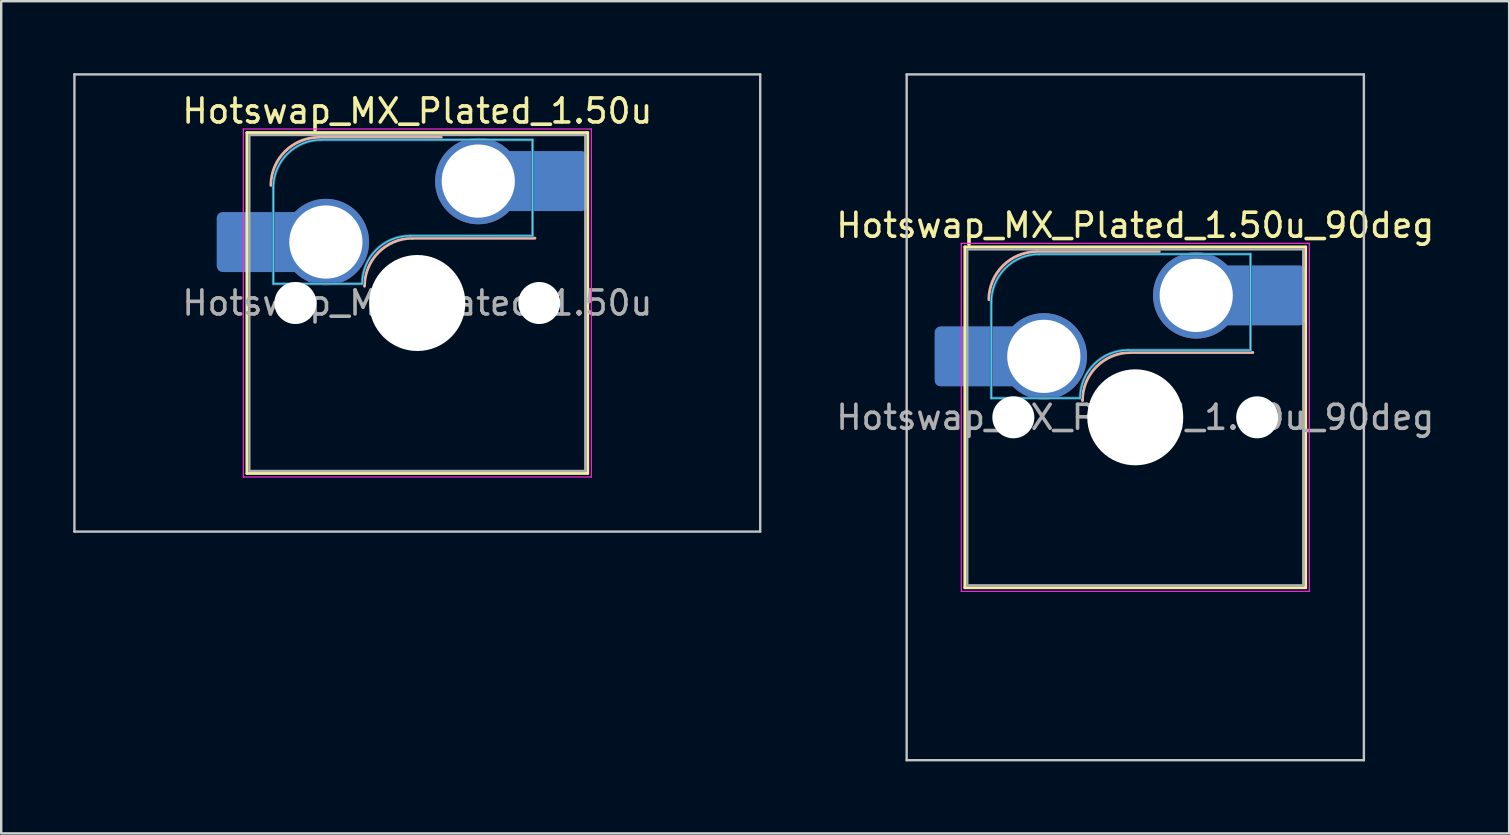
<source format=kicad_pcb>
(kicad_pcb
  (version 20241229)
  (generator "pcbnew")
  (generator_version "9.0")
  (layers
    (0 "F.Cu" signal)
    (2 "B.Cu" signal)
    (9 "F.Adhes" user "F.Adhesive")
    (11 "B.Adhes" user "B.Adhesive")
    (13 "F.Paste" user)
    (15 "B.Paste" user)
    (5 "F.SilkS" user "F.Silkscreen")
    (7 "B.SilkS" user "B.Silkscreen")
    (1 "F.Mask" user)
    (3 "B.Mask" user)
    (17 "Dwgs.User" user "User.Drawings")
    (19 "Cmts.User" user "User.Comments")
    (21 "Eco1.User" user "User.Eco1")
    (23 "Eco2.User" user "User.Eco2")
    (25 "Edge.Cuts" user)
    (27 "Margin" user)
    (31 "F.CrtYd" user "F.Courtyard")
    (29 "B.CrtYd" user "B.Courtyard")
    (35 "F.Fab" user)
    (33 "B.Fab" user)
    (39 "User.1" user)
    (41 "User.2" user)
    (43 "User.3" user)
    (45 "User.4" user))
  (footprint "Hotswap_MX_Plated_1.50u"
    (layer "F.Cu")
    (at 14.338 9.575)
    (property "Reference" "Hotswap_MX_Plated_1.50u" (at 0 -8 0) (layer "F.SilkS") (effects (font (size 1 1) (thickness 0.15))))
    (attr smd allow_soldermask_bridges)
    (fp_line (start -7.1 -7.1) (end -7.1 7.1) (stroke (width 0.12) (type solid)) (layer "F.SilkS"))
    (fp_line (start -7.1 7.1) (end 7.1 7.1) (stroke (width 0.12) (type solid)) (layer "F.SilkS"))
    (fp_line (start 7.1 -7.1) (end -7.1 -7.1) (stroke (width 0.12) (type solid)) (layer "F.SilkS"))
    (fp_line (start 7.1 7.1) (end 7.1 -7.1) (stroke (width 0.12) (type solid)) (layer "F.SilkS"))
    (fp_line (start -4.1 -6.9) (end 1 -6.9) (stroke (width 0.12) (type solid)) (layer "B.SilkS"))
    (fp_line (start -0.2 -2.7) (end 4.9 -2.7) (stroke (width 0.12) (type solid)) (layer "B.SilkS"))
    (fp_arc (start -6.1 -4.9) (mid -5.514214 -6.314214) (end -4.1 -6.9) (stroke (width 0.12) (type solid)) (layer "B.SilkS"))
    (fp_arc (start -2.2 -0.7) (mid -1.614214 -2.114214) (end -0.2 -2.7) (stroke (width 0.12) (type solid)) (layer "B.SilkS"))
    (fp_line (start -14.287 -9.525) (end -14.287 9.525) (stroke (width 0.1) (type solid)) (layer "Dwgs.User"))
    (fp_line (start -14.287 9.525) (end 14.287 9.525) (stroke (width 0.1) (type solid)) (layer "Dwgs.User"))
    (fp_line (start 14.287 -9.525) (end -14.287 -9.525) (stroke (width 0.1) (type solid)) (layer "Dwgs.User"))
    (fp_line (start 14.287 9.525) (end 14.287 -9.525) (stroke (width 0.1) (type solid)) (layer "Dwgs.User"))
    (fp_line (start -7.8 -6) (end -7 -6) (stroke (width 0.1) (type solid)) (layer "Eco1.User"))
    (fp_line (start -7.8 -2.9) (end -7.8 -6) (stroke (width 0.1) (type solid)) (layer "Eco1.User"))
    (fp_line (start -7.8 2.9) (end -7 2.9) (stroke (width 0.1) (type solid)) (layer "Eco1.User"))
    (fp_line (start -7.8 6) (end -7.8 2.9) (stroke (width 0.1) (type solid)) (layer "Eco1.User"))
    (fp_line (start -7 -7) (end 7 -7) (stroke (width 0.1) (type solid)) (layer "Eco1.User"))
    (fp_line (start -7 -6) (end -7 -7) (stroke (width 0.1) (type solid)) (layer "Eco1.User"))
    (fp_line (start -7 -2.9) (end -7.8 -2.9) (stroke (width 0.1) (type solid)) (layer "Eco1.User"))
    (fp_line (start -7 2.9) (end -7 -2.9) (stroke (width 0.1) (type solid)) (layer "Eco1.User"))
    (fp_line (start -7 6) (end -7.8 6) (stroke (width 0.1) (type solid)) (layer "Eco1.User"))
    (fp_line (start -7 7) (end -7 6) (stroke (width 0.1) (type solid)) (layer "Eco1.User"))
    (fp_line (start 7 -7) (end 7 -6) (stroke (width 0.1) (type solid)) (layer "Eco1.User"))
    (fp_line (start 7 -6) (end 7.8 -6) (stroke (width 0.1) (type solid)) (layer "Eco1.User"))
    (fp_line (start 7 -2.9) (end 7 2.9) (stroke (width 0.1) (type solid)) (layer "Eco1.User"))
    (fp_line (start 7 2.9) (end 7.8 2.9) (stroke (width 0.1) (type solid)) (layer "Eco1.User"))
    (fp_line (start 7 6) (end 7 7) (stroke (width 0.1) (type solid)) (layer "Eco1.User"))
    (fp_line (start 7 7) (end -7 7) (stroke (width 0.1) (type solid)) (layer "Eco1.User"))
    (fp_line (start 7.8 -6) (end 7.8 -2.9) (stroke (width 0.1) (type solid)) (layer "Eco1.User"))
    (fp_line (start 7.8 -2.9) (end 7 -2.9) (stroke (width 0.1) (type solid)) (layer "Eco1.User"))
    (fp_line (start 7.8 2.9) (end 7.8 6) (stroke (width 0.1) (type solid)) (layer "Eco1.User"))
    (fp_line (start 7.8 6) (end 7 6) (stroke (width 0.1) (type solid)) (layer "Eco1.User"))
    (fp_line (start -6 -0.8) (end -6 -4.8) (stroke (width 0.05) (type solid)) (layer "B.CrtYd"))
    (fp_line (start -6 -0.8) (end -2.3 -0.8) (stroke (width 0.05) (type solid)) (layer "B.CrtYd"))
    (fp_line (start -4 -6.8) (end 4.8 -6.8) (stroke (width 0.05) (type solid)) (layer "B.CrtYd"))
    (fp_line (start -0.3 -2.8) (end 4.8 -2.8) (stroke (width 0.05) (type solid)) (layer "B.CrtYd"))
    (fp_line (start 4.8 -6.8) (end 4.8 -2.8) (stroke (width 0.05) (type solid)) (layer "B.CrtYd"))
    (fp_arc (start -6 -4.8) (mid -5.414214 -6.214214) (end -4 -6.8) (stroke (width 0.05) (type solid)) (layer "B.CrtYd"))
    (fp_arc (start -2.3 -0.8) (mid -1.714214 -2.214214) (end -0.3 -2.8) (stroke (width 0.05) (type solid)) (layer "B.CrtYd"))
    (fp_line (start -7.25 -7.25) (end -7.25 7.25) (stroke (width 0.05) (type solid)) (layer "F.CrtYd"))
    (fp_line (start -7.25 7.25) (end 7.25 7.25) (stroke (width 0.05) (type solid)) (layer "F.CrtYd"))
    (fp_line (start 7.25 -7.25) (end -7.25 -7.25) (stroke (width 0.05) (type solid)) (layer "F.CrtYd"))
    (fp_line (start 7.25 7.25) (end 7.25 -7.25) (stroke (width 0.05) (type solid)) (layer "F.CrtYd"))
    (fp_line (start -6 -0.8) (end -6 -4.8) (stroke (width 0.12) (type solid)) (layer "B.Fab"))
    (fp_line (start -6 -0.8) (end -2.3 -0.8) (stroke (width 0.12) (type solid)) (layer "B.Fab"))
    (fp_line (start -4 -6.8) (end 4.8 -6.8) (stroke (width 0.12) (type solid)) (layer "B.Fab"))
    (fp_line (start -0.3 -2.8) (end 4.8 -2.8) (stroke (width 0.12) (type solid)) (layer "B.Fab"))
    (fp_line (start 4.8 -6.8) (end 4.8 -2.8) (stroke (width 0.12) (type solid)) (layer "B.Fab"))
    (fp_arc (start -6 -4.8) (mid -5.414214 -6.214214) (end -4 -6.8) (stroke (width 0.12) (type solid)) (layer "B.Fab"))
    (fp_arc (start -2.3 -0.8) (mid -1.714214 -2.214214) (end -0.3 -2.8) (stroke (width 0.12) (type solid)) (layer "B.Fab"))
    (fp_line (start -7 -7) (end -7 7) (stroke (width 0.1) (type solid)) (layer "F.Fab"))
    (fp_line (start -7 7) (end 7 7) (stroke (width 0.1) (type solid)) (layer "F.Fab"))
    (fp_line (start 7 -7) (end -7 -7) (stroke (width 0.1) (type solid)) (layer "F.Fab"))
    (fp_line (start 7 7) (end 7 -7) (stroke (width 0.1) (type solid)) (layer "F.Fab"))
    (fp_text user "${REFERENCE}" (at 0 0 0) (layer "F.Fab") (effects (font (size 1 1) (thickness 0.15))))
    (pad "" smd roundrect (at -7.085 -2.54) (size 2.55 2.5) (layers "B.Mask" "B.Paste") (roundrect_rratio 0.1))
    (pad "" np_thru_hole circle (at -5.08 0) (size 1.75 1.75) (drill 1.75) (layers "*.Cu" "*.Mask"))
    (pad "" np_thru_hole circle (at 0 0) (size 4 4) (drill 4) (layers "*.Cu" "*.Mask"))
    (pad "" np_thru_hole circle (at 5.08 0) (size 1.75 1.75) (drill 1.75) (layers "*.Cu" "*.Mask"))
    (pad "" smd roundrect (at 5.842 -5.08) (size 2.55 2.5) (layers "B.Mask" "B.Paste") (roundrect_rratio 0.1))
    (pad "1" smd roundrect (at -6.585 -2.54) (size 3.55 2.5) (layers "B.Cu") (roundrect_rratio 0.1))
    (pad "1" thru_hole circle (at -3.81 -2.54) (size 3.6 3.6) (drill 3.05) (layers "*.Cu" "*.Mask"))
    (pad "2" thru_hole circle (at 2.54 -5.08) (size 3.6 3.6) (drill 3.05) (layers "*.Cu" "*.Mask"))
    (pad "2" smd roundrect (at 5.32 -5.08) (size 3.55 2.5) (layers "B.Cu") (roundrect_rratio 0.1)))
  (footprint "Hotswap_MX_Plated_1.50u_90deg"
    (layer "F.Cu")
    (at 44.252 14.338)
    (property "Reference" "Hotswap_MX_Plated_1.50u_90deg" (at 0 -8 0) (layer "F.SilkS") (effects (font (size 1 1) (thickness 0.15))))
    (attr smd allow_soldermask_bridges)
    (fp_line (start -7.1 -7.1) (end -7.1 7.1) (stroke (width 0.12) (type solid)) (layer "F.SilkS"))
    (fp_line (start -7.1 7.1) (end 7.1 7.1) (stroke (width 0.12) (type solid)) (layer "F.SilkS"))
    (fp_line (start 7.1 -7.1) (end -7.1 -7.1) (stroke (width 0.12) (type solid)) (layer "F.SilkS"))
    (fp_line (start 7.1 7.1) (end 7.1 -7.1) (stroke (width 0.12) (type solid)) (layer "F.SilkS"))
    (fp_line (start -4.1 -6.9) (end 1 -6.9) (stroke (width 0.12) (type solid)) (layer "B.SilkS"))
    (fp_line (start -0.2 -2.7) (end 4.9 -2.7) (stroke (width 0.12) (type solid)) (layer "B.SilkS"))
    (fp_arc (start -6.1 -4.9) (mid -5.514214 -6.314214) (end -4.1 -6.9) (stroke (width 0.12) (type solid)) (layer "B.SilkS"))
    (fp_arc (start -2.2 -0.7) (mid -1.614214 -2.114214) (end -0.2 -2.7) (stroke (width 0.12) (type solid)) (layer "B.SilkS"))
    (fp_line (start -9.525 -14.287) (end 9.525 -14.287) (stroke (width 0.1) (type solid)) (layer "Dwgs.User"))
    (fp_line (start -9.525 14.287) (end -9.525 -14.287) (stroke (width 0.1) (type solid)) (layer "Dwgs.User"))
    (fp_line (start 9.525 -14.287) (end 9.525 14.287) (stroke (width 0.1) (type solid)) (layer "Dwgs.User"))
    (fp_line (start 9.525 14.287) (end -9.525 14.287) (stroke (width 0.1) (type solid)) (layer "Dwgs.User"))
    (fp_line (start -7.8 -6) (end -7 -6) (stroke (width 0.1) (type solid)) (layer "Eco1.User"))
    (fp_line (start -7.8 -2.9) (end -7.8 -6) (stroke (width 0.1) (type solid)) (layer "Eco1.User"))
    (fp_line (start -7.8 2.9) (end -7 2.9) (stroke (width 0.1) (type solid)) (layer "Eco1.User"))
    (fp_line (start -7.8 6) (end -7.8 2.9) (stroke (width 0.1) (type solid)) (layer "Eco1.User"))
    (fp_line (start -7 -7) (end 7 -7) (stroke (width 0.1) (type solid)) (layer "Eco1.User"))
    (fp_line (start -7 -6) (end -7 -7) (stroke (width 0.1) (type solid)) (layer "Eco1.User"))
    (fp_line (start -7 -2.9) (end -7.8 -2.9) (stroke (width 0.1) (type solid)) (layer "Eco1.User"))
    (fp_line (start -7 2.9) (end -7 -2.9) (stroke (width 0.1) (type solid)) (layer "Eco1.User"))
    (fp_line (start -7 6) (end -7.8 6) (stroke (width 0.1) (type solid)) (layer "Eco1.User"))
    (fp_line (start -7 7) (end -7 6) (stroke (width 0.1) (type solid)) (layer "Eco1.User"))
    (fp_line (start 7 -7) (end 7 -6) (stroke (width 0.1) (type solid)) (layer "Eco1.User"))
    (fp_line (start 7 -6) (end 7.8 -6) (stroke (width 0.1) (type solid)) (layer "Eco1.User"))
    (fp_line (start 7 -2.9) (end 7 2.9) (stroke (width 0.1) (type solid)) (layer "Eco1.User"))
    (fp_line (start 7 2.9) (end 7.8 2.9) (stroke (width 0.1) (type solid)) (layer "Eco1.User"))
    (fp_line (start 7 6) (end 7 7) (stroke (width 0.1) (type solid)) (layer "Eco1.User"))
    (fp_line (start 7 7) (end -7 7) (stroke (width 0.1) (type solid)) (layer "Eco1.User"))
    (fp_line (start 7.8 -6) (end 7.8 -2.9) (stroke (width 0.1) (type solid)) (layer "Eco1.User"))
    (fp_line (start 7.8 -2.9) (end 7 -2.9) (stroke (width 0.1) (type solid)) (layer "Eco1.User"))
    (fp_line (start 7.8 2.9) (end 7.8 6) (stroke (width 0.1) (type solid)) (layer "Eco1.User"))
    (fp_line (start 7.8 6) (end 7 6) (stroke (width 0.1) (type solid)) (layer "Eco1.User"))
    (fp_line (start -6 -0.8) (end -6 -4.8) (stroke (width 0.05) (type solid)) (layer "B.CrtYd"))
    (fp_line (start -6 -0.8) (end -2.3 -0.8) (stroke (width 0.05) (type solid)) (layer "B.CrtYd"))
    (fp_line (start -4 -6.8) (end 4.8 -6.8) (stroke (width 0.05) (type solid)) (layer "B.CrtYd"))
    (fp_line (start -0.3 -2.8) (end 4.8 -2.8) (stroke (width 0.05) (type solid)) (layer "B.CrtYd"))
    (fp_line (start 4.8 -6.8) (end 4.8 -2.8) (stroke (width 0.05) (type solid)) (layer "B.CrtYd"))
    (fp_arc (start -6 -4.8) (mid -5.414214 -6.214214) (end -4 -6.8) (stroke (width 0.05) (type solid)) (layer "B.CrtYd"))
    (fp_arc (start -2.3 -0.8) (mid -1.714214 -2.214214) (end -0.3 -2.8) (stroke (width 0.05) (type solid)) (layer "B.CrtYd"))
    (fp_line (start -7.25 -7.25) (end -7.25 7.25) (stroke (width 0.05) (type solid)) (layer "F.CrtYd"))
    (fp_line (start -7.25 7.25) (end 7.25 7.25) (stroke (width 0.05) (type solid)) (layer "F.CrtYd"))
    (fp_line (start 7.25 -7.25) (end -7.25 -7.25) (stroke (width 0.05) (type solid)) (layer "F.CrtYd"))
    (fp_line (start 7.25 7.25) (end 7.25 -7.25) (stroke (width 0.05) (type solid)) (layer "F.CrtYd"))
    (fp_line (start -6 -0.8) (end -6 -4.8) (stroke (width 0.12) (type solid)) (layer "B.Fab"))
    (fp_line (start -6 -0.8) (end -2.3 -0.8) (stroke (width 0.12) (type solid)) (layer "B.Fab"))
    (fp_line (start -4 -6.8) (end 4.8 -6.8) (stroke (width 0.12) (type solid)) (layer "B.Fab"))
    (fp_line (start -0.3 -2.8) (end 4.8 -2.8) (stroke (width 0.12) (type solid)) (layer "B.Fab"))
    (fp_line (start 4.8 -6.8) (end 4.8 -2.8) (stroke (width 0.12) (type solid)) (layer "B.Fab"))
    (fp_arc (start -6 -4.8) (mid -5.414214 -6.214214) (end -4 -6.8) (stroke (width 0.12) (type solid)) (layer "B.Fab"))
    (fp_arc (start -2.3 -0.8) (mid -1.714214 -2.214214) (end -0.3 -2.8) (stroke (width 0.12) (type solid)) (layer "B.Fab"))
    (fp_line (start -7 -7) (end -7 7) (stroke (width 0.1) (type solid)) (layer "F.Fab"))
    (fp_line (start -7 7) (end 7 7) (stroke (width 0.1) (type solid)) (layer "F.Fab"))
    (fp_line (start 7 -7) (end -7 -7) (stroke (width 0.1) (type solid)) (layer "F.Fab"))
    (fp_line (start 7 7) (end 7 -7) (stroke (width 0.1) (type solid)) (layer "F.Fab"))
    (fp_text user "${REFERENCE}" (at 0 0 0) (layer "F.Fab") (effects (font (size 1 1) (thickness 0.15))))
    (pad "" smd roundrect (at -7.085 -2.54) (size 2.55 2.5) (layers "B.Mask" "B.Paste") (roundrect_rratio 0.1))
    (pad "" np_thru_hole circle (at -5.08 0) (size 1.75 1.75) (drill 1.75) (layers "*.Cu" "*.Mask"))
    (pad "" np_thru_hole circle (at 0 0) (size 4 4) (drill 4) (layers "*.Cu" "*.Mask"))
    (pad "" np_thru_hole circle (at 5.08 0) (size 1.75 1.75) (drill 1.75) (layers "*.Cu" "*.Mask"))
    (pad "" smd roundrect (at 5.842 -5.08) (size 2.55 2.5) (layers "B.Mask" "B.Paste") (roundrect_rratio 0.1))
    (pad "1" smd roundrect (at -6.585 -2.54) (size 3.55 2.5) (layers "B.Cu") (roundrect_rratio 0.1))
    (pad "1" thru_hole circle (at -3.81 -2.54) (size 3.6 3.6) (drill 3.05) (layers "*.Cu" "*.Mask"))
    (pad "2" thru_hole circle (at 2.54 -5.08) (size 3.6 3.6) (drill 3.05) (layers "*.Cu" "*.Mask"))
    (pad "2" smd roundrect (at 5.32 -5.08) (size 3.55 2.5) (layers "B.Cu") (roundrect_rratio 0.1)))
  (gr_rect
    (start -3 -3)
    (end 59.83 31.675)
    (stroke (width 0.1) (type default))
    (fill no)
    (layer "Edge.Cuts")))
</source>
